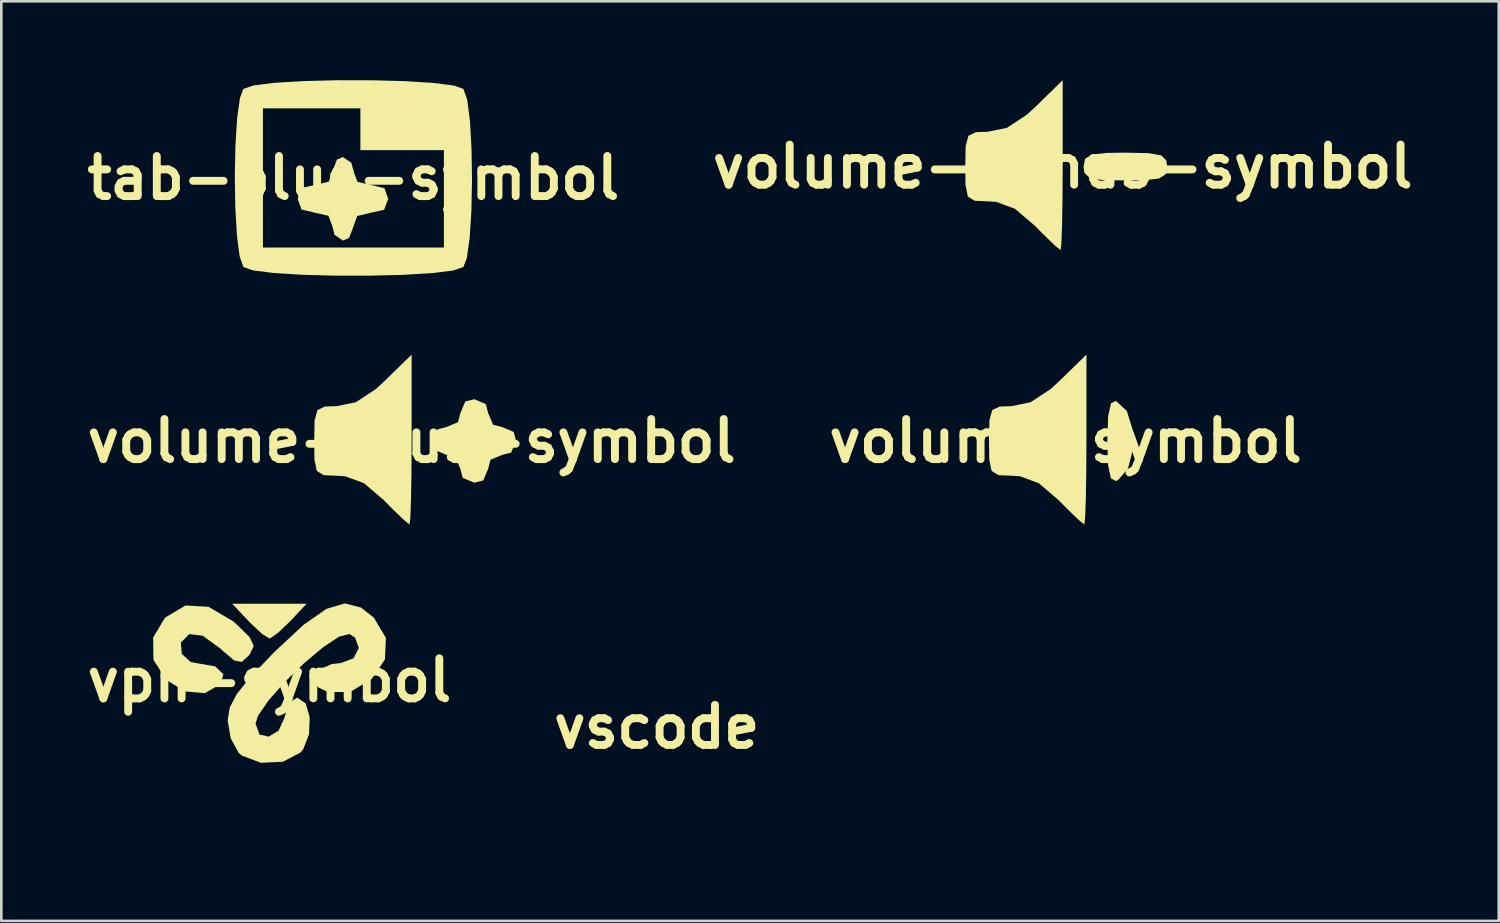
<source format=kicad_pcb>
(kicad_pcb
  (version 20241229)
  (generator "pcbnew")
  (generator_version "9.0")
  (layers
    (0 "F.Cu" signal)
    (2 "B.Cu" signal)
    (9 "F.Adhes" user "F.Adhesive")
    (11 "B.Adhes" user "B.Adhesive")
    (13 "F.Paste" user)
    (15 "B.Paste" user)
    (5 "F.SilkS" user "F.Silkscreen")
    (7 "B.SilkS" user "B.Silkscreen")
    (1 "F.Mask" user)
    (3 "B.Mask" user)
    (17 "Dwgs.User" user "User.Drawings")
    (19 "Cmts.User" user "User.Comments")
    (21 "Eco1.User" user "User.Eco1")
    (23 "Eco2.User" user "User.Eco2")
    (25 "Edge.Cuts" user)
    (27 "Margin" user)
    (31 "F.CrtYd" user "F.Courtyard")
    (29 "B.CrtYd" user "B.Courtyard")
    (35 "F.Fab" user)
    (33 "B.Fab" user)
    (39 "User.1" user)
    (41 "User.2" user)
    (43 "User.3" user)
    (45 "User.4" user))
  (footprint "tab-plus-symbol"
    (layer "F.Cu")
    (at 10.385 3.715)
    (property "Reference" "tab-plus-symbol" (at 0 0 0) (layer "F.SilkS") (effects (font (size 1.524 1.524) (thickness 0.3))))
    (attr board_only exclude_from_pos_files exclude_from_bom)
    (fp_poly (pts (xy -0.074 -0.573) (xy 0 -0.265) (xy 0.155 0.15) (xy 0.661 0.265) (xy 1.18 0.389) (xy 1.323 0.794) (xy 1.168 1.209) (xy 0.661 1.323) (xy 0.143 1.447) (xy 0 1.852) (xy -0.165 2.283) (xy -0.397 2.381) (xy -0.72 2.161) (xy -0.794 1.852) (xy -0.949 1.437) (xy -1.455 1.323) (xy -1.974 1.199) (xy -2.117 0.794) (xy -1.962 0.379) (xy -1.455 0.265) (xy -0.937 0.141) (xy -0.794 -0.265) (xy -0.628 -0.696) (xy -0.397 -0.794)) (stroke (width 0) (type solid)) (fill yes) (layer "F.SilkS"))
    (fp_poly (pts (xy 0.703 -3.714) (xy 1.964 -3.68) (xy 3.044 -3.612) (xy 3.825 -3.512) (xy 4.18 -3.387) (xy 4.326 -2.979) (xy 4.429 -2.177) (xy 4.49 -1.115) (xy 4.509 0.072) (xy 4.485 1.251) (xy 4.419 2.289) (xy 4.311 3.051) (xy 4.18 3.387) (xy 3.787 3.519) (xy 2.984 3.618) (xy 1.889 3.683) (xy 0.621 3.715) (xy -0.703 3.714) (xy -1.964 3.68) (xy -3.044 3.612) (xy -3.825 3.512) (xy -4.18 3.387) (xy -4.326 2.979) (xy -4.369 2.646) (xy -3.44 2.646) (xy 3.44 2.646) (xy 3.44 -1.058) (xy 0.265 -1.058) (xy 0.265 -2.646) (xy -3.44 -2.646) (xy -3.44 2.646) (xy -4.369 2.646) (xy -4.429 2.177) (xy -4.49 1.115) (xy -4.509 -0.072) (xy -4.485 -1.251) (xy -4.419 -2.289) (xy -4.311 -3.051) (xy -4.18 -3.387) (xy -3.787 -3.519) (xy -2.984 -3.618) (xy -1.889 -3.683) (xy -0.621 -3.715)) (stroke (width 0) (type solid)) (fill yes) (layer "F.SilkS")))
  (footprint "vpn-symbol"
    (layer "F.Cu")
    (at 7.192 22.81)
    (property "Reference" "vpn-symbol" (at 0 0 0) (layer "F.SilkS") (effects (font (size 1.524 1.524) (thickness 0.3))))
    (attr board_only exclude_from_pos_files exclude_from_bom)
    (fp_poly (pts (xy 0.794 -2.249) (xy 0.329 -1.803) (xy 0.019 -1.59) (xy 0 -1.587) (xy -0.28 -1.762) (xy -0.735 -2.187) (xy -0.794 -2.249) (xy -1.415 -2.91) (xy 1.415 -2.91)) (stroke (width 0) (type solid)) (fill yes) (layer "F.SilkS"))
    (fp_poly (pts (xy -2.316 -2.793) (xy -1.375 -2.238) (xy -1.27 -2.146) (xy -0.752 -1.639) (xy -0.597 -1.302) (xy -0.743 -0.989) (xy -0.778 -0.946) (xy -1.051 -0.697) (xy -1.34 -0.752) (xy -1.807 -1.148) (xy -1.877 -1.215) (xy -2.539 -1.693) (xy -3.046 -1.755) (xy -3.368 -1.429) (xy -3.33 -0.999) (xy -2.989 -0.691) (xy -2.773 -0.652) (xy -2.063 -0.528) (xy -1.748 -0.229) (xy -1.872 0.156) (xy -2.456 0.491) (xy -3.201 0.426) (xy -3.919 -0.01) (xy -4.409 -0.777) (xy -4.42 -1.623) (xy -3.969 -2.381) (xy -3.192 -2.842)) (stroke (width 0) (type solid)) (fill yes) (layer "F.SilkS"))
    (fp_poly (pts (xy 3.481 -2.765) (xy 3.969 -2.381) (xy 4.43 -1.608) (xy 4.389 -0.784) (xy 3.886 -0.046) (xy 3.06 0.452) (xy 2.22 0.445) (xy 1.854 0.272) (xy 1.65 -0.052) (xy 1.855 -0.385) (xy 2.363 -0.614) (xy 2.713 -0.654) (xy 3.198 -0.835) (xy 3.399 -1.227) (xy 3.255 -1.623) (xy 3.041 -1.757) (xy 2.653 -1.661) (xy 2.043 -1.256) (xy 1.32 -0.649) (xy 0.593 0.057) (xy -0.027 0.758) (xy -0.432 1.348) (xy -0.529 1.645) (xy -0.375 2.065) (xy -0.025 2.142) (xy 0.348 1.917) (xy 0.572 1.43) (xy 0.578 1.389) (xy 0.771 0.83) (xy 1.058 0.661) (xy 1.38 0.882) (xy 1.532 1.413) (xy 1.504 2.059) (xy 1.284 2.627) (xy 1.186 2.745) (xy 0.51 3.098) (xy -0.324 3.138) (xy -1.053 2.861) (xy -1.172 2.759) (xy -1.473 2.202) (xy -1.587 1.523) (xy -1.512 1.046) (xy -1.242 0.525) (xy -0.709 -0.138) (xy 0.155 -1.04) (xy 0.219 -1.104) (xy 1.307 -2.115) (xy 2.166 -2.713) (xy 2.868 -2.922)) (stroke (width 0) (type solid)) (fill yes) (layer "F.SilkS")))
  (footprint "volume-minus-symbol"
    (layer "F.Cu")
    (at 37.348 3.282)
    (property "Reference" "volume-minus-symbol" (at 0 0 0) (layer "F.SilkS") (effects (font (size 1.524 1.524) (thickness 0.3))))
    (attr board_only exclude_from_pos_files exclude_from_bom)
    (fp_poly (pts (xy 3.268 -0.51) (xy 3.747 -0.425) (xy 3.94 -0.234) (xy 3.969 0) (xy 3.911 0.296) (xy 3.656 0.455) (xy 3.084 0.519) (xy 2.381 0.529) (xy 1.495 0.51) (xy 1.015 0.425) (xy 0.823 0.234) (xy 0.794 0) (xy 0.852 -0.296) (xy 1.106 -0.455) (xy 1.678 -0.519) (xy 2.381 -0.529)) (stroke (width 0) (type solid)) (fill yes) (layer "F.SilkS"))
    (fp_poly (pts (xy 0 -0.054) (xy -0.006 1.183) (xy -0.023 2.201) (xy -0.048 2.898) (xy -0.078 3.174) (xy -0.08 3.175) (xy -0.294 3.003) (xy -0.749 2.564) (xy -1.058 2.249) (xy -1.814 1.605) (xy -2.524 1.343) (xy -2.83 1.323) (xy -3.347 1.3) (xy -3.605 1.139) (xy -3.694 0.704) (xy -3.704 0) (xy -3.688 -0.783) (xy -3.582 -1.173) (xy -3.298 -1.308) (xy -2.855 -1.323) (xy -2.123 -1.471) (xy -1.364 -1.971) (xy -1.003 -2.303) (xy 0 -3.282)) (stroke (width 0) (type solid)) (fill yes) (layer "F.SilkS")))
  (footprint "volume-symbol"
    (layer "F.Cu")
    (at 37.457 13.713)
    (property "Reference" "volume-symbol" (at 0 0 0) (layer "F.SilkS") (effects (font (size 1.524 1.524) (thickness 0.3))))
    (attr board_only exclude_from_pos_files exclude_from_bom)
    (fp_poly (pts (xy 2.329 -1.139) (xy 2.542 -0.456) (xy 2.557 0.337) (xy 2.374 1.049) (xy 1.994 1.49) (xy 1.918 1.522) (xy 1.724 1.424) (xy 1.618 0.926) (xy 1.587 0) (xy 1.62 -0.947) (xy 1.728 -1.432) (xy 1.918 -1.522)) (stroke (width 0) (type solid)) (fill yes) (layer "F.SilkS"))
    (fp_poly (pts (xy 0.794 -0.054) (xy 0.788 1.183) (xy 0.771 2.201) (xy 0.746 2.898) (xy 0.715 3.174) (xy 0.713 3.175) (xy 0.5 3.003) (xy 0.045 2.564) (xy -0.265 2.249) (xy -1.02 1.605) (xy -1.731 1.343) (xy -2.036 1.323) (xy -2.554 1.3) (xy -2.812 1.139) (xy -2.9 0.704) (xy -2.91 0) (xy -2.894 -0.783) (xy -2.788 -1.173) (xy -2.504 -1.308) (xy -2.062 -1.323) (xy -1.329 -1.471) (xy -0.57 -1.971) (xy -0.21 -2.303) (xy 0.794 -3.282)) (stroke (width 0) (type solid)) (fill yes) (layer "F.SilkS")))
  (footprint "volume-plus-symbol"
    (layer "F.Cu")
    (at 12.598 13.713)
    (property "Reference" "volume-plus-symbol" (at 0 0 0) (layer "F.SilkS") (effects (font (size 1.524 1.524) (thickness 0.3))))
    (attr board_only exclude_from_pos_files exclude_from_bom)
    (fp_poly (pts (xy 0 -0.054) (xy -0.006 1.183) (xy -0.023 2.201) (xy -0.048 2.898) (xy -0.078 3.174) (xy -0.08 3.175) (xy -0.294 3.003) (xy -0.749 2.564) (xy -1.058 2.249) (xy -1.814 1.605) (xy -2.524 1.343) (xy -2.83 1.323) (xy -3.347 1.3) (xy -3.605 1.139) (xy -3.694 0.704) (xy -3.704 0) (xy -3.688 -0.783) (xy -3.582 -1.173) (xy -3.298 -1.308) (xy -2.855 -1.323) (xy -2.123 -1.471) (xy -1.364 -1.971) (xy -1.003 -2.303) (xy 0 -3.282)) (stroke (width 0) (type solid)) (fill yes) (layer "F.SilkS"))
    (fp_poly (pts (xy 2.823 -1.4) (xy 2.91 -1.058) (xy 3.098 -0.616) (xy 3.44 -0.529) (xy 3.882 -0.342) (xy 3.969 0) (xy 3.782 0.442) (xy 3.44 0.529) (xy 2.997 0.716) (xy 2.91 1.058) (xy 2.723 1.501) (xy 2.381 1.587) (xy 1.939 1.4) (xy 1.852 1.058) (xy 1.665 0.616) (xy 1.323 0.529) (xy 0.881 0.342) (xy 0.794 0) (xy 0.981 -0.442) (xy 1.323 -0.529) (xy 1.765 -0.716) (xy 1.852 -1.058) (xy 2.039 -1.501) (xy 2.381 -1.587)) (stroke (width 0) (type solid)) (fill yes) (layer "F.SilkS")))
  (footprint "vscode"
    (layer "F.Cu")
    (at 21.916 24.58)
    (property "Reference" "vscode" (at 0 0 0) (layer "F.SilkS") (effects (font (size 1.524 1.524) (thickness 0.3))))
    (attr board_only exclude_from_pos_files exclude_from_bom)
    (fp_poly (pts (xy 1.497 -0.707) (xy 1.498 -0.567) (xy 1.498 -0.411) (xy 1.499 -0.245) (xy 1.499 -0.076) (xy 1.499 0.091) (xy 1.498 0.248) (xy 1.498 0.389) (xy 1.497 0.402) (xy 1.494 0.954) (xy 0.76 0.405) (xy 0.644 0.318) (xy 0.535 0.236) (xy 0.432 0.158) (xy 0.338 0.087) (xy 0.254 0.023) (xy 0.181 -0.033) (xy 0.12 -0.08) (xy 0.074 -0.117) (xy 0.042 -0.142) (xy 0.028 -0.154) (xy 0.027 -0.156) (xy 0.037 -0.164) (xy 0.064 -0.185) (xy 0.106 -0.218) (xy 0.163 -0.262) (xy 0.233 -0.316) (xy 0.314 -0.378) (xy 0.406 -0.447) (xy 0.506 -0.523) (xy 0.614 -0.604) (xy 0.727 -0.689) (xy 0.762 -0.716) (xy 1.494 -1.265)) (stroke (width 0) (type solid)) (fill yes) (layer "F.Mask"))
    (fp_poly (pts (xy -2.184 -0.858) (xy -2.164 -0.843) (xy -2.129 -0.814) (xy -2.08 -0.775) (xy -2.018 -0.726) (xy -1.948 -0.669) (xy -1.869 -0.606) (xy -1.785 -0.539) (xy -1.72 -0.487) (xy -1.306 -0.155) (xy -1.748 0.199) (xy -1.836 0.269) (xy -1.92 0.336) (xy -1.996 0.397) (xy -2.064 0.451) (xy -2.121 0.497) (xy -2.166 0.532) (xy -2.197 0.556) (xy -2.211 0.567) (xy -2.211 0.568) (xy -2.216 0.57) (xy -2.219 0.57) (xy -2.223 0.565) (xy -2.225 0.554) (xy -2.227 0.535) (xy -2.229 0.507) (xy -2.23 0.468) (xy -2.231 0.416) (xy -2.232 0.35) (xy -2.233 0.268) (xy -2.233 0.169) (xy -2.233 0.05) (xy -2.233 -0.09) (xy -2.233 -0.158) (xy -2.233 -0.898)) (stroke (width 0) (type solid)) (fill yes) (layer "F.Mask"))
    (fp_poly (pts (xy 0.161 -4.69) (xy 0.292 -4.686) (xy 0.411 -4.678) (xy 0.486 -4.671) (xy 0.813 -4.624) (xy 1.132 -4.554) (xy 1.442 -4.463) (xy 1.742 -4.351) (xy 2.033 -4.219) (xy 2.314 -4.065) (xy 2.583 -3.892) (xy 2.841 -3.699) (xy 3.087 -3.485) (xy 3.168 -3.408) (xy 3.392 -3.174) (xy 3.596 -2.93) (xy 3.78 -2.675) (xy 3.946 -2.407) (xy 4.084 -2.147) (xy 4.215 -1.853) (xy 4.324 -1.551) (xy 4.412 -1.242) (xy 4.477 -0.928) (xy 4.52 -0.611) (xy 4.541 -0.29) (xy 4.538 0.031) (xy 4.517 0.314) (xy 4.472 0.636) (xy 4.404 0.951) (xy 4.315 1.258) (xy 4.206 1.557) (xy 4.076 1.847) (xy 3.926 2.126) (xy 3.757 2.394) (xy 3.569 2.65) (xy 3.364 2.892) (xy 3.14 3.12) (xy 2.9 3.334) (xy 2.644 3.531) (xy 2.495 3.634) (xy 2.217 3.804) (xy 1.93 3.951) (xy 1.635 4.078) (xy 1.332 4.182) (xy 1.02 4.265) (xy 0.7 4.326) (xy 0.483 4.354) (xy 0.379 4.363) (xy 0.262 4.371) (xy 0.138 4.376) (xy 0.013 4.378) (xy -0.106 4.378) (xy -0.212 4.376) (xy -0.267 4.373) (xy -0.596 4.34) (xy -0.917 4.285) (xy -1.232 4.208) (xy -1.537 4.11) (xy -1.834 3.99) (xy -2.122 3.85) (xy -2.398 3.69) (xy -2.664 3.51) (xy -2.918 3.31) (xy -3.159 3.091) (xy -3.256 2.993) (xy -3.474 2.752) (xy -3.673 2.498) (xy -3.851 2.233) (xy -4.01 1.957) (xy -4.148 1.672) (xy -4.266 1.379) (xy -4.337 1.157) (xy -2.802 1.157) (xy -2.236 1.533) (xy -1.493 0.976) (xy -1.377 0.889) (xy -1.266 0.806) (xy -1.162 0.729) (xy -1.066 0.657) (xy -0.979 0.593) (xy -0.904 0.538) (xy -0.841 0.491) (xy -0.791 0.456) (xy -0.757 0.431) (xy -0.739 0.42) (xy -0.737 0.419) (xy -0.725 0.427) (xy -0.7 0.449) (xy -0.666 0.482) (xy -0.625 0.523) (xy -0.604 0.544) (xy -0.581 0.568) (xy -0.542 0.608) (xy -0.489 0.662) (xy -0.423 0.729) (xy -0.345 0.808) (xy -0.257 0.897) (xy -0.16 0.996) (xy -0.054 1.102) (xy 0.059 1.216) (xy 0.177 1.336) (xy 0.3 1.461) (xy 0.427 1.589) (xy 0.498 1.66) (xy 0.648 1.812) (xy 0.783 1.948) (xy 0.903 2.068) (xy 1.009 2.175) (xy 1.102 2.268) (xy 1.183 2.349) (xy 1.253 2.418) (xy 1.312 2.476) (xy 1.362 2.524) (xy 1.402 2.562) (xy 1.435 2.592) (xy 1.46 2.615) (xy 1.479 2.63) (xy 1.492 2.64) (xy 1.501 2.644) (xy 1.505 2.644) (xy 1.523 2.638) (xy 1.559 2.623) (xy 1.608 2.603) (xy 1.668 2.578) (xy 1.735 2.55) (xy 1.745 2.546) (xy 1.806 2.519) (xy 1.885 2.486) (xy 1.977 2.447) (xy 2.078 2.405) (xy 2.185 2.36) (xy 2.292 2.315) (xy 2.384 2.276) (xy 2.809 2.097) (xy 2.809 -2.421) (xy 2.675 -2.477) (xy 2.594 -2.511) (xy 2.51 -2.546) (xy 2.42 -2.584) (xy 2.322 -2.626) (xy 2.212 -2.672) (xy 2.087 -2.725) (xy 1.945 -2.785) (xy 1.89 -2.809) (xy 1.805 -2.844) (xy 1.727 -2.877) (xy 1.658 -2.906) (xy 1.601 -2.929) (xy 1.559 -2.947) (xy 1.534 -2.956) (xy 1.528 -2.958) (xy 1.518 -2.95) (xy 1.493 -2.927) (xy 1.453 -2.889) (xy 1.4 -2.838) (xy 1.334 -2.774) (xy 1.256 -2.698) (xy 1.168 -2.611) (xy 1.07 -2.515) (xy 0.963 -2.41) (xy 0.848 -2.297) (xy 0.726 -2.176) (xy 0.598 -2.05) (xy 0.465 -1.919) (xy 0.389 -1.843) (xy 0.254 -1.71) (xy 0.124 -1.58) (xy -0.001 -1.457) (xy -0.12 -1.339) (xy -0.231 -1.23) (xy -0.334 -1.128) (xy -0.428 -1.036) (xy -0.512 -0.955) (xy -0.584 -0.884) (xy -0.644 -0.825) (xy -0.691 -0.78) (xy -0.724 -0.749) (xy -0.742 -0.732) (xy -0.746 -0.73) (xy -0.756 -0.737) (xy -0.784 -0.757) (xy -0.827 -0.789) (xy -0.885 -0.832) (xy -0.956 -0.884) (xy -1.038 -0.946) (xy -1.13 -1.015) (xy -1.231 -1.09) (xy -1.338 -1.171) (xy -1.452 -1.256) (xy -1.485 -1.281) (xy -1.6 -1.367) (xy -1.71 -1.45) (xy -1.814 -1.527) (xy -1.909 -1.598) (xy -1.995 -1.661) (xy -2.07 -1.717) (xy -2.133 -1.763) (xy -2.181 -1.798) (xy -2.215 -1.822) (xy -2.231 -1.833) (xy -2.233 -1.834) (xy -2.248 -1.831) (xy -2.283 -1.823) (xy -2.333 -1.808) (xy -2.395 -1.789) (xy -2.466 -1.766) (xy -2.524 -1.747) (xy -2.797 -1.655) (xy -2.8 -0.249) (xy -2.802 1.157) (xy -4.337 1.157) (xy -4.362 1.078) (xy -4.437 0.77) (xy -4.491 0.457) (xy -4.523 0.14) (xy -4.532 -0.182) (xy -4.519 -0.506) (xy -4.494 -0.75) (xy -4.442 -1.064) (xy -4.368 -1.373) (xy -4.271 -1.676) (xy -4.154 -1.972) (xy -4.016 -2.26) (xy -3.858 -2.537) (xy -3.681 -2.803) (xy -3.544 -2.983) (xy -3.33 -3.232) (xy -3.102 -3.464) (xy -2.859 -3.677) (xy -2.604 -3.871) (xy -2.337 -4.045) (xy -2.058 -4.201) (xy -1.768 -4.336) (xy -1.469 -4.45) (xy -1.16 -4.544) (xy -0.844 -4.616) (xy -0.519 -4.666) (xy -0.477 -4.671) (xy -0.371 -4.681) (xy -0.249 -4.687) (xy -0.115 -4.691) (xy 0.024 -4.692)) (stroke (width 0) (type solid)) (fill yes) (layer "F.Mask")))
  (gr_rect
    (start -3 -3)
    (end 53.926 31.958)
    (stroke (width 0.1) (type default))
    (fill no)
    (layer "Edge.Cuts")))
</source>
